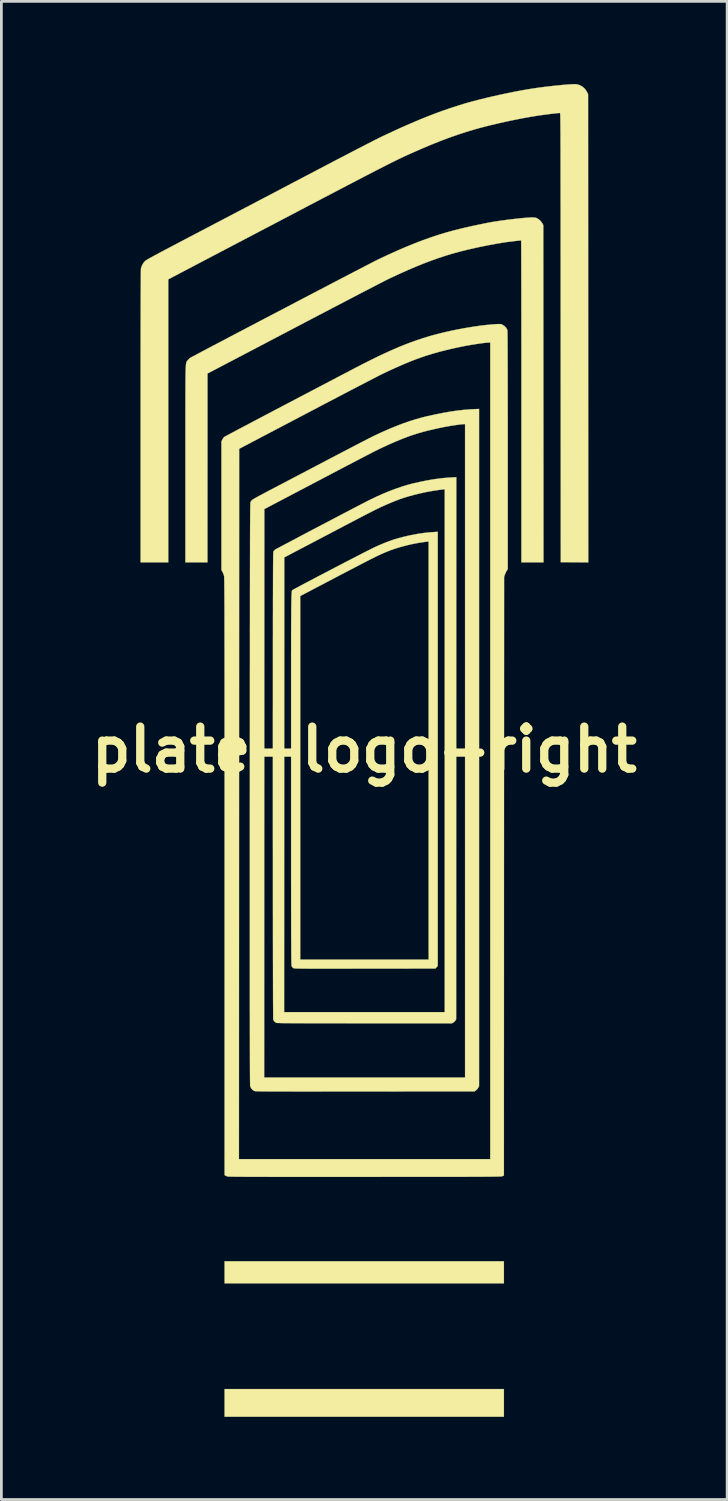
<source format=kicad_pcb>
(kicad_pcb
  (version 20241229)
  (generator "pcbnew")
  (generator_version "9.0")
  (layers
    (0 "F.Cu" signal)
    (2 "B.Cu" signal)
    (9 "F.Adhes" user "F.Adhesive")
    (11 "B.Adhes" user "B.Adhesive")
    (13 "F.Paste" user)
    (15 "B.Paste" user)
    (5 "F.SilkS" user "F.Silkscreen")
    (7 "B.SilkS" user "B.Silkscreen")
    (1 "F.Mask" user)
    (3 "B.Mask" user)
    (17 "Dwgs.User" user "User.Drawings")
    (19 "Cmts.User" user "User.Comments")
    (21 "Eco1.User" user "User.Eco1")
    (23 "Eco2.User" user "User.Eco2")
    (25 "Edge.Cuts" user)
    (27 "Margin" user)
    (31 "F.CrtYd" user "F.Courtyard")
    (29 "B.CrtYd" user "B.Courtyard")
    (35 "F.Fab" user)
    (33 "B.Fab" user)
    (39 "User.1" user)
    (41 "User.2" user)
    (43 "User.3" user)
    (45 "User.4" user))
  (footprint "plate-logo-right"
    (layer "F.Cu")
    (at 10.167 24.15)
    (property "Reference" "plate-logo-right" (at 0 0 0) (layer "F.SilkS") (effects (font (size 1.524 1.524) (thickness 0.3))))
    (attr through_hole)
    (fp_poly (pts (xy 5.067 19.367) (xy -5.067 19.367) (xy -5.067 18.567) (xy 5.067 18.567) (xy 5.067 19.367)) (stroke (width 0.01) (type solid)) (fill yes) (layer "F.SilkS"))
    (fp_poly (pts (xy 5.067 24.206) (xy -5.067 24.206) (xy -5.067 23.203) (xy 5.067 23.203) (xy 5.067 24.206)) (stroke (width 0.01) (type solid)) (fill yes) (layer "F.SilkS"))
    (fp_poly (pts (xy 2.667 7.849) (xy 2.624 7.896) (xy 2.58 7.944) (xy 0.023 7.947) (xy -0.276 7.947) (xy -0.552 7.948) (xy -0.804 7.948) (xy -1.033 7.948) (xy -1.242 7.948) (xy -1.43 7.948) (xy -1.599 7.948) (xy -1.751 7.948) (xy -1.885 7.948) (xy -2.003 7.948) (xy -2.107 7.947) (xy -2.196 7.947) (xy -2.273 7.946) (xy -2.338 7.945) (xy -2.392 7.944) (xy -2.437 7.943) (xy -2.473 7.941) (xy -2.501 7.94) (xy -2.524 7.938) (xy -2.54 7.936) (xy -2.552 7.934) (xy -2.561 7.932) (xy -2.568 7.929) (xy -2.573 7.926) (xy -2.576 7.925) (xy -2.609 7.895) (xy -2.635 7.858) (xy -2.636 7.855) (xy -2.637 7.849) (xy -2.639 7.839) (xy -2.64 7.822) (xy -2.641 7.799) (xy -2.642 7.77) (xy -2.643 7.732) (xy -2.644 7.687) (xy -2.645 7.633) (xy -2.646 7.569) (xy -2.647 7.495) (xy -2.648 7.411) (xy -2.648 7.316) (xy -2.649 7.208) (xy -2.649 7.089) (xy -2.65 6.956) (xy -2.651 6.809) (xy -2.651 6.649) (xy -2.652 6.473) (xy -2.652 6.282) (xy -2.652 6.074) (xy -2.653 5.85) (xy -2.653 5.609) (xy -2.653 5.35) (xy -2.653 5.072) (xy -2.654 4.775) (xy -2.654 4.458) (xy -2.654 4.12) (xy -2.654 3.762) (xy -2.654 3.382) (xy -2.654 2.98) (xy -2.654 2.555) (xy -2.654 2.106) (xy -2.654 1.634) (xy -2.654 1.136) (xy -2.654 1.06) (xy -2.654 0.563) (xy -2.654 0.091) (xy -2.654 -0.358) (xy -2.654 -0.782) (xy -2.654 -1.184) (xy -2.654 -1.564) (xy -2.654 -1.922) (xy -2.654 -2.26) (xy -2.654 -2.577) (xy -2.654 -2.874) (xy -2.654 -3.152) (xy -2.654 -3.412) (xy -2.653 -3.654) (xy -2.653 -3.878) (xy -2.653 -4.087) (xy -2.652 -4.279) (xy -2.652 -4.456) (xy -2.651 -4.619) (xy -2.65 -4.768) (xy -2.649 -4.903) (xy -2.649 -5.026) (xy -2.648 -5.136) (xy -2.646 -5.235) (xy -2.645 -5.324) (xy -2.644 -5.402) (xy -2.642 -5.47) (xy -2.641 -5.53) (xy -2.639 -5.572) (xy -2.324 -5.572) (xy -2.324 7.62) (xy 2.337 7.62) (xy 2.337 -7.552) (xy 2.238 -7.541) (xy 2.065 -7.518) (xy 1.875 -7.485) (xy 1.677 -7.444) (xy 1.478 -7.396) (xy 1.285 -7.343) (xy 1.104 -7.287) (xy 0.978 -7.243) (xy 0.919 -7.22) (xy 0.861 -7.198) (xy 0.804 -7.175) (xy 0.746 -7.151) (xy 0.687 -7.126) (xy 0.623 -7.097) (xy 0.555 -7.066) (xy 0.481 -7.031) (xy 0.399 -6.991) (xy 0.307 -6.945) (xy 0.205 -6.894) (xy 0.092 -6.836) (xy -0.035 -6.771) (xy -0.177 -6.697) (xy -0.335 -6.615) (xy -0.51 -6.524) (xy -0.705 -6.422) (xy -0.92 -6.309) (xy -1.033 -6.25) (xy -2.324 -5.572) (xy -2.639 -5.572) (xy -2.639 -5.582) (xy -2.637 -5.625) (xy -2.635 -5.662) (xy -2.633 -5.693) (xy -2.631 -5.718) (xy -2.628 -5.737) (xy -2.626 -5.753) (xy -2.623 -5.764) (xy -2.62 -5.772) (xy -2.617 -5.778) (xy -2.613 -5.782) (xy -2.61 -5.785) (xy -2.606 -5.787) (xy -2.602 -5.788) (xy -2.598 -5.791) (xy -2.596 -5.793) (xy -2.579 -5.803) (xy -2.542 -5.824) (xy -2.485 -5.855) (xy -2.411 -5.895) (xy -2.32 -5.944) (xy -2.215 -5.999) (xy -2.098 -6.062) (xy -1.969 -6.129) (xy -1.831 -6.202) (xy -1.685 -6.279) (xy -1.533 -6.358) (xy -1.377 -6.44) (xy -1.217 -6.523) (xy -1.056 -6.607) (xy -0.896 -6.69) (xy -0.738 -6.773) (xy -0.583 -6.853) (xy -0.434 -6.93) (xy -0.292 -7.003) (xy -0.158 -7.072) (xy -0.035 -7.136) (xy 0.077 -7.193) (xy 0.175 -7.242) (xy 0.258 -7.284) (xy 0.324 -7.317) (xy 0.371 -7.34) (xy 0.387 -7.348) (xy 0.576 -7.432) (xy 0.749 -7.504) (xy 0.911 -7.566) (xy 1.069 -7.621) (xy 1.229 -7.669) (xy 1.395 -7.714) (xy 1.574 -7.756) (xy 1.702 -7.783) (xy 1.927 -7.826) (xy 2.141 -7.858) (xy 2.355 -7.882) (xy 2.524 -7.894) (xy 2.667 -7.903) (xy 2.667 7.849)) (stroke (width 0.01) (type solid)) (fill yes) (layer "F.SilkS"))
    (fp_poly (pts (xy 3.337 -0.05) (xy 3.334 9.785) (xy 3.308 9.83) (xy 3.279 9.865) (xy 3.241 9.897) (xy 3.231 9.903) (xy 3.181 9.931) (xy 0.013 9.931) (xy -0.331 9.931) (xy -0.65 9.931) (xy -0.945 9.93) (xy -1.218 9.93) (xy -1.469 9.93) (xy -1.698 9.93) (xy -1.907 9.929) (xy -2.097 9.929) (xy -2.268 9.928) (xy -2.422 9.928) (xy -2.558 9.927) (xy -2.679 9.926) (xy -2.784 9.926) (xy -2.876 9.925) (xy -2.954 9.924) (xy -3.019 9.923) (xy -3.072 9.921) (xy -3.115 9.92) (xy -3.148 9.919) (xy -3.171 9.917) (xy -3.186 9.915) (xy -3.194 9.913) (xy -3.194 9.913) (xy -3.249 9.877) (xy -3.29 9.824) (xy -3.301 9.8) (xy -3.302 9.789) (xy -3.303 9.758) (xy -3.304 9.709) (xy -3.305 9.641) (xy -3.306 9.554) (xy -3.306 9.525) (xy -2.908 9.525) (xy 2.921 9.525) (xy 2.921 -9.448) (xy 2.854 -9.441) (xy 2.772 -9.431) (xy 2.673 -9.417) (xy 2.563 -9.4) (xy 2.45 -9.382) (xy 2.343 -9.363) (xy 2.247 -9.345) (xy 2.203 -9.336) (xy 1.992 -9.289) (xy 1.8 -9.242) (xy 1.622 -9.194) (xy 1.453 -9.142) (xy 1.285 -9.085) (xy 1.115 -9.02) (xy 0.935 -8.947) (xy 0.74 -8.862) (xy 0.705 -8.846) (xy 0.664 -8.827) (xy 0.623 -8.809) (xy 0.581 -8.789) (xy 0.537 -8.768) (xy 0.489 -8.746) (xy 0.438 -8.72) (xy 0.38 -8.692) (xy 0.316 -8.659) (xy 0.243 -8.622) (xy 0.161 -8.58) (xy 0.069 -8.533) (xy -0.035 -8.479) (xy -0.152 -8.418) (xy -0.284 -8.349) (xy -0.43 -8.273) (xy -0.594 -8.187) (xy -0.775 -8.092) (xy -0.975 -7.987) (xy -1.195 -7.871) (xy -1.403 -7.762) (xy -2.902 -6.975) (xy -2.905 1.275) (xy -2.908 9.525) (xy -3.306 9.525) (xy -3.306 9.447) (xy -3.307 9.32) (xy -3.308 9.173) (xy -3.309 9.006) (xy -3.309 8.819) (xy -3.31 8.61) (xy -3.31 8.381) (xy -3.311 8.13) (xy -3.311 7.858) (xy -3.312 7.564) (xy -3.312 7.248) (xy -3.313 6.91) (xy -3.313 6.549) (xy -3.313 6.166) (xy -3.314 5.759) (xy -3.314 5.33) (xy -3.314 4.876) (xy -3.314 4.399) (xy -3.314 3.898) (xy -3.315 3.373) (xy -3.315 2.823) (xy -3.315 2.248) (xy -3.315 1.649) (xy -3.315 1.313) (xy -3.315 0.749) (xy -3.315 0.21) (xy -3.315 -0.305) (xy -3.315 -0.796) (xy -3.315 -1.263) (xy -3.314 -1.708) (xy -3.314 -2.131) (xy -3.314 -2.532) (xy -3.314 -2.913) (xy -3.314 -3.272) (xy -3.314 -3.612) (xy -3.314 -3.932) (xy -3.313 -4.233) (xy -3.313 -4.516) (xy -3.313 -4.781) (xy -3.312 -5.028) (xy -3.312 -5.259) (xy -3.312 -5.473) (xy -3.311 -5.672) (xy -3.311 -5.856) (xy -3.31 -6.025) (xy -3.31 -6.18) (xy -3.309 -6.321) (xy -3.309 -6.45) (xy -3.308 -6.566) (xy -3.308 -6.669) (xy -3.307 -6.762) (xy -3.306 -6.844) (xy -3.305 -6.915) (xy -3.305 -6.977) (xy -3.304 -7.029) (xy -3.303 -7.072) (xy -3.302 -7.108) (xy -3.301 -7.136) (xy -3.3 -7.156) (xy -3.299 -7.171) (xy -3.298 -7.179) (xy -3.297 -7.181) (xy -3.275 -7.216) (xy -3.242 -7.25) (xy -3.237 -7.254) (xy -3.221 -7.264) (xy -3.185 -7.284) (xy -3.129 -7.314) (xy -3.055 -7.353) (xy -2.964 -7.402) (xy -2.859 -7.458) (xy -2.74 -7.521) (xy -2.609 -7.59) (xy -2.468 -7.664) (xy -2.318 -7.744) (xy -2.161 -7.827) (xy -1.998 -7.913) (xy -1.83 -8.001) (xy -1.66 -8.091) (xy -1.488 -8.181) (xy -1.316 -8.271) (xy -1.146 -8.36) (xy -0.98 -8.447) (xy -0.818 -8.532) (xy -0.662 -8.614) (xy -0.514 -8.691) (xy -0.376 -8.763) (xy -0.248 -8.83) (xy -0.132 -8.89) (xy -0.031 -8.943) (xy 0.056 -8.988) (xy 0.125 -9.023) (xy 0.176 -9.049) (xy 0.191 -9.056) (xy 0.433 -9.173) (xy 0.677 -9.282) (xy 0.92 -9.382) (xy 1.158 -9.471) (xy 1.387 -9.55) (xy 1.603 -9.615) (xy 1.791 -9.663) (xy 2.032 -9.717) (xy 2.254 -9.762) (xy 2.461 -9.799) (xy 2.657 -9.828) (xy 2.847 -9.851) (xy 3.033 -9.867) (xy 3.177 -9.876) (xy 3.34 -9.885) (xy 3.337 -0.05)) (stroke (width 0.01) (type solid)) (fill yes) (layer "F.SilkS"))
    (fp_poly (pts (xy 6.178 -19.306) (xy 6.213 -19.301) (xy 6.244 -19.291) (xy 6.263 -19.283) (xy 6.341 -19.235) (xy 6.41 -19.17) (xy 6.462 -19.095) (xy 6.496 -19.031) (xy 6.503 -6.795) (xy 5.702 -6.795) (xy 5.702 -12.636) (xy 5.702 -13.02) (xy 5.702 -13.398) (xy 5.702 -13.768) (xy 5.702 -14.13) (xy 5.702 -14.483) (xy 5.702 -14.827) (xy 5.701 -15.161) (xy 5.701 -15.483) (xy 5.701 -15.793) (xy 5.7 -16.09) (xy 5.7 -16.374) (xy 5.7 -16.643) (xy 5.699 -16.898) (xy 5.699 -17.136) (xy 5.698 -17.358) (xy 5.698 -17.562) (xy 5.697 -17.747) (xy 5.697 -17.914) (xy 5.696 -18.061) (xy 5.696 -18.187) (xy 5.695 -18.291) (xy 5.695 -18.373) (xy 5.694 -18.433) (xy 5.693 -18.468) (xy 5.693 -18.478) (xy 5.678 -18.477) (xy 5.641 -18.473) (xy 5.589 -18.468) (xy 5.523 -18.46) (xy 5.461 -18.453) (xy 5.165 -18.416) (xy 4.849 -18.366) (xy 4.513 -18.305) (xy 4.156 -18.232) (xy 3.777 -18.147) (xy 3.74 -18.138) (xy 3.477 -18.073) (xy 3.216 -18.001) (xy 2.956 -17.923) (xy 2.693 -17.837) (xy 2.425 -17.741) (xy 2.149 -17.636) (xy 1.863 -17.52) (xy 1.564 -17.392) (xy 1.25 -17.251) (xy 0.921 -17.098) (xy 0.886 -17.081) (xy 0.829 -17.053) (xy 0.752 -17.014) (xy 0.656 -16.964) (xy 0.541 -16.905) (xy 0.409 -16.837) (xy 0.26 -16.76) (xy 0.096 -16.675) (xy -0.083 -16.582) (xy -0.275 -16.482) (xy -0.479 -16.376) (xy -0.695 -16.263) (xy -0.921 -16.145) (xy -1.157 -16.022) (xy -1.401 -15.894) (xy -1.653 -15.763) (xy -1.911 -15.628) (xy -2.174 -15.49) (xy -2.442 -15.349) (xy -2.524 -15.306) (xy -5.689 -13.646) (xy -5.689 -10.22) (xy -5.69 -6.795) (xy -6.49 -6.795) (xy -6.49 -10.359) (xy -6.49 -10.72) (xy -6.49 -11.057) (xy -6.49 -11.37) (xy -6.49 -11.66) (xy -6.49 -11.928) (xy -6.49 -12.175) (xy -6.49 -12.403) (xy -6.489 -12.611) (xy -6.489 -12.8) (xy -6.488 -12.972) (xy -6.488 -13.128) (xy -6.487 -13.268) (xy -6.486 -13.393) (xy -6.485 -13.504) (xy -6.483 -13.602) (xy -6.482 -13.688) (xy -6.48 -13.763) (xy -6.478 -13.827) (xy -6.475 -13.881) (xy -6.472 -13.927) (xy -6.469 -13.966) (xy -6.465 -13.997) (xy -6.461 -14.022) (xy -6.457 -14.043) (xy -6.452 -14.059) (xy -6.447 -14.071) (xy -6.441 -14.082) (xy -6.435 -14.09) (xy -6.429 -14.098) (xy -6.422 -14.106) (xy -6.414 -14.115) (xy -6.409 -14.122) (xy -6.374 -14.163) (xy -6.335 -14.2) (xy -6.317 -14.213) (xy -6.299 -14.223) (xy -6.26 -14.245) (xy -6.2 -14.277) (xy -6.121 -14.319) (xy -6.023 -14.371) (xy -5.909 -14.432) (xy -5.778 -14.501) (xy -5.633 -14.578) (xy -5.474 -14.662) (xy -5.301 -14.753) (xy -5.117 -14.849) (xy -4.923 -14.952) (xy -4.718 -15.059) (xy -4.506 -15.171) (xy -4.285 -15.287) (xy -4.059 -15.405) (xy -3.827 -15.527) (xy -3.591 -15.651) (xy -3.352 -15.776) (xy -3.11 -15.902) (xy -2.868 -16.029) (xy -2.626 -16.156) (xy -2.385 -16.282) (xy -2.146 -16.407) (xy -1.911 -16.53) (xy -1.68 -16.651) (xy -1.454 -16.768) (xy -1.236 -16.883) (xy -1.024 -16.993) (xy -0.822 -17.099) (xy -0.629 -17.199) (xy -0.447 -17.294) (xy -0.277 -17.382) (xy -0.12 -17.464) (xy 0.023 -17.538) (xy 0.15 -17.604) (xy 0.262 -17.661) (xy 0.356 -17.71) (xy 0.431 -17.748) (xy 0.487 -17.777) (xy 0.523 -17.794) (xy 0.527 -17.796) (xy 0.878 -17.96) (xy 1.211 -18.11) (xy 1.529 -18.247) (xy 1.834 -18.371) (xy 2.129 -18.484) (xy 2.416 -18.587) (xy 2.698 -18.68) (xy 2.978 -18.765) (xy 3.258 -18.842) (xy 3.54 -18.912) (xy 3.594 -18.925) (xy 3.686 -18.946) (xy 3.769 -18.965) (xy 3.848 -18.983) (xy 3.927 -19) (xy 4.01 -19.018) (xy 4.102 -19.038) (xy 4.206 -19.059) (xy 4.327 -19.084) (xy 4.464 -19.112) (xy 4.567 -19.132) (xy 4.687 -19.152) (xy 4.822 -19.173) (xy 4.967 -19.195) (xy 5.118 -19.215) (xy 5.272 -19.235) (xy 5.425 -19.253) (xy 5.573 -19.269) (xy 5.713 -19.284) (xy 5.84 -19.295) (xy 5.95 -19.303) (xy 6.041 -19.308) (xy 6.064 -19.308) (xy 6.13 -19.308) (xy 6.178 -19.306)) (stroke (width 0.01) (type solid)) (fill yes) (layer "F.SilkS"))
    (fp_poly (pts (xy 4.166 -0.074) (xy 4.166 12.213) (xy 4.136 12.269) (xy 4.107 12.312) (xy 4.068 12.351) (xy 4.052 12.363) (xy 3.998 12.402) (xy 0.027 12.404) (xy -0.349 12.405) (xy -0.702 12.405) (xy -1.03 12.405) (xy -1.336 12.405) (xy -1.619 12.406) (xy -1.882 12.406) (xy -2.124 12.406) (xy -2.346 12.406) (xy -2.55 12.406) (xy -2.736 12.405) (xy -2.905 12.405) (xy -3.058 12.405) (xy -3.195 12.405) (xy -3.318 12.404) (xy -3.427 12.404) (xy -3.524 12.403) (xy -3.608 12.402) (xy -3.681 12.402) (xy -3.744 12.401) (xy -3.798 12.4) (xy -3.843 12.399) (xy -3.88 12.397) (xy -3.91 12.396) (xy -3.934 12.394) (xy -3.953 12.393) (xy -3.967 12.391) (xy -3.978 12.389) (xy -3.986 12.387) (xy -3.992 12.385) (xy -3.994 12.384) (xy -4.06 12.341) (xy -4.109 12.28) (xy -4.139 12.207) (xy -4.14 12.202) (xy -4.141 12.191) (xy -4.142 12.167) (xy -4.142 12.128) (xy -4.143 12.076) (xy -4.144 12.008) (xy -4.145 11.926) (xy -4.145 11.9) (xy -3.632 11.9) (xy 3.658 11.9) (xy 3.658 -11.814) (xy 3.553 -11.806) (xy 3.473 -11.797) (xy 3.373 -11.784) (xy 3.261 -11.768) (xy 3.14 -11.749) (xy 3.018 -11.728) (xy 2.899 -11.706) (xy 2.819 -11.69) (xy 2.567 -11.636) (xy 2.336 -11.582) (xy 2.119 -11.526) (xy 1.912 -11.466) (xy 1.71 -11.4) (xy 1.508 -11.327) (xy 1.299 -11.245) (xy 1.08 -11.153) (xy 0.902 -11.074) (xy 0.848 -11.05) (xy 0.797 -11.027) (xy 0.748 -11.004) (xy 0.699 -10.981) (xy 0.65 -10.958) (xy 0.598 -10.933) (xy 0.543 -10.907) (xy 0.484 -10.878) (xy 0.42 -10.846) (xy 0.349 -10.81) (xy 0.27 -10.77) (xy 0.183 -10.725) (xy 0.085 -10.675) (xy -0.024 -10.618) (xy -0.145 -10.555) (xy -0.279 -10.485) (xy -0.428 -10.407) (xy -0.593 -10.321) (xy -0.775 -10.226) (xy -0.975 -10.121) (xy -1.194 -10.006) (xy -1.433 -9.88) (xy -1.645 -9.769) (xy -3.626 -8.728) (xy -3.632 11.9) (xy -4.145 11.9) (xy -4.145 11.828) (xy -4.146 11.715) (xy -4.147 11.586) (xy -4.147 11.44) (xy -4.148 11.278) (xy -4.148 11.099) (xy -4.149 10.902) (xy -4.149 10.687) (xy -4.149 10.455) (xy -4.15 10.203) (xy -4.15 9.933) (xy -4.15 9.644) (xy -4.151 9.336) (xy -4.151 9.007) (xy -4.151 8.659) (xy -4.151 8.289) (xy -4.151 7.899) (xy -4.151 7.488) (xy -4.151 7.055) (xy -4.151 6.599) (xy -4.151 6.122) (xy -4.151 5.622) (xy -4.151 5.099) (xy -4.151 4.553) (xy -4.151 3.983) (xy -4.151 3.388) (xy -4.151 2.77) (xy -4.151 2.126) (xy -4.15 1.594) (xy -4.15 0.971) (xy -4.15 0.373) (xy -4.15 -0.201) (xy -4.149 -0.751) (xy -4.149 -1.277) (xy -4.149 -1.781) (xy -4.149 -2.262) (xy -4.149 -2.721) (xy -4.148 -3.159) (xy -4.148 -3.577) (xy -4.148 -3.974) (xy -4.148 -4.351) (xy -4.147 -4.708) (xy -4.147 -5.047) (xy -4.147 -5.368) (xy -4.147 -5.67) (xy -4.146 -5.956) (xy -4.146 -6.225) (xy -4.146 -6.477) (xy -4.145 -6.713) (xy -4.145 -6.935) (xy -4.144 -7.141) (xy -4.144 -7.334) (xy -4.144 -7.512) (xy -4.143 -7.677) (xy -4.143 -7.83) (xy -4.142 -7.97) (xy -4.142 -8.099) (xy -4.141 -8.216) (xy -4.14 -8.323) (xy -4.14 -8.419) (xy -4.139 -8.506) (xy -4.138 -8.584) (xy -4.138 -8.652) (xy -4.137 -8.713) (xy -4.136 -8.766) (xy -4.135 -8.812) (xy -4.134 -8.851) (xy -4.133 -8.884) (xy -4.132 -8.911) (xy -4.131 -8.933) (xy -4.13 -8.951) (xy -4.129 -8.964) (xy -4.128 -8.974) (xy -4.127 -8.981) (xy -4.126 -8.985) (xy -4.125 -8.985) (xy -4.102 -9.019) (xy -4.071 -9.054) (xy -4.062 -9.063) (xy -4.043 -9.076) (xy -4.003 -9.1) (xy -3.946 -9.133) (xy -3.872 -9.173) (xy -3.786 -9.221) (xy -3.688 -9.274) (xy -3.581 -9.33) (xy -3.468 -9.39) (xy -3.429 -9.411) (xy -3.342 -9.456) (xy -3.235 -9.512) (xy -3.11 -9.578) (xy -2.968 -9.652) (xy -2.812 -9.734) (xy -2.644 -9.822) (xy -2.466 -9.915) (xy -2.28 -10.013) (xy -2.088 -10.114) (xy -1.892 -10.216) (xy -1.695 -10.32) (xy -1.498 -10.423) (xy -1.332 -10.51) (xy -1.146 -10.608) (xy -0.963 -10.704) (xy -0.785 -10.797) (xy -0.613 -10.886) (xy -0.45 -10.971) (xy -0.297 -11.051) (xy -0.155 -11.125) (xy -0.025 -11.192) (xy 0.09 -11.251) (xy 0.189 -11.302) (xy 0.271 -11.343) (xy 0.333 -11.375) (xy 0.375 -11.396) (xy 0.383 -11.399) (xy 0.664 -11.529) (xy 0.929 -11.645) (xy 1.179 -11.747) (xy 1.417 -11.838) (xy 1.647 -11.918) (xy 1.872 -11.988) (xy 2.093 -12.05) (xy 2.292 -12.099) (xy 2.584 -12.163) (xy 2.856 -12.217) (xy 3.111 -12.262) (xy 3.353 -12.298) (xy 3.584 -12.325) (xy 3.809 -12.344) (xy 3.972 -12.353) (xy 4.166 -12.361) (xy 4.166 -0.074)) (stroke (width 0.01) (type solid)) (fill yes) (layer "F.SilkS"))
    (fp_poly (pts (xy 7.693 -24.144) (xy 7.706 -24.142) (xy 7.812 -24.113) (xy 7.908 -24.061) (xy 7.992 -23.991) (xy 8.059 -23.904) (xy 8.081 -23.864) (xy 8.122 -23.781) (xy 8.125 -15.287) (xy 8.128 -6.794) (xy 7.63 -6.798) (xy 7.131 -6.801) (xy 7.128 -14.951) (xy 7.128 -15.496) (xy 7.127 -16.016) (xy 7.127 -16.511) (xy 7.127 -16.983) (xy 7.127 -17.432) (xy 7.127 -17.859) (xy 7.126 -18.263) (xy 7.126 -18.646) (xy 7.126 -19.008) (xy 7.126 -19.351) (xy 7.126 -19.673) (xy 7.125 -19.977) (xy 7.125 -20.262) (xy 7.125 -20.529) (xy 7.124 -20.779) (xy 7.124 -21.012) (xy 7.124 -21.229) (xy 7.123 -21.43) (xy 7.123 -21.617) (xy 7.123 -21.789) (xy 7.122 -21.947) (xy 7.122 -22.092) (xy 7.121 -22.224) (xy 7.121 -22.345) (xy 7.12 -22.453) (xy 7.119 -22.551) (xy 7.119 -22.638) (xy 7.118 -22.716) (xy 7.117 -22.785) (xy 7.116 -22.844) (xy 7.116 -22.896) (xy 7.115 -22.94) (xy 7.114 -22.978) (xy 7.113 -23.009) (xy 7.112 -23.035) (xy 7.11 -23.055) (xy 7.109 -23.071) (xy 7.108 -23.082) (xy 7.107 -23.091) (xy 7.105 -23.096) (xy 7.104 -23.099) (xy 7.102 -23.101) (xy 7.101 -23.101) (xy 7.1 -23.101) (xy 7.065 -23.1) (xy 7.008 -23.094) (xy 6.932 -23.087) (xy 6.843 -23.076) (xy 6.742 -23.064) (xy 6.634 -23.05) (xy 6.522 -23.035) (xy 6.41 -23.02) (xy 6.301 -23.004) (xy 6.236 -22.994) (xy 6.032 -22.961) (xy 5.811 -22.921) (xy 5.576 -22.876) (xy 5.334 -22.827) (xy 5.088 -22.774) (xy 4.844 -22.719) (xy 4.607 -22.663) (xy 4.382 -22.607) (xy 4.172 -22.552) (xy 4.023 -22.51) (xy 3.705 -22.415) (xy 3.392 -22.313) (xy 3.077 -22.202) (xy 2.757 -22.082) (xy 2.428 -21.95) (xy 2.085 -21.805) (xy 1.899 -21.723) (xy 1.841 -21.698) (xy 1.787 -21.674) (xy 1.735 -21.651) (xy 1.685 -21.629) (xy 1.637 -21.607) (xy 1.589 -21.586) (xy 1.541 -21.564) (xy 1.493 -21.542) (xy 1.444 -21.52) (xy 1.394 -21.496) (xy 1.341 -21.471) (xy 1.286 -21.445) (xy 1.228 -21.417) (xy 1.166 -21.387) (xy 1.1 -21.354) (xy 1.029 -21.319) (xy 0.952 -21.281) (xy 0.87 -21.239) (xy 0.781 -21.194) (xy 0.684 -21.145) (xy 0.581 -21.092) (xy 0.469 -21.035) (xy 0.348 -20.972) (xy 0.218 -20.905) (xy 0.078 -20.833) (xy -0.073 -20.754) (xy -0.234 -20.67) (xy -0.407 -20.58) (xy -0.592 -20.484) (xy -0.79 -20.38) (xy -1.001 -20.27) (xy -1.226 -20.152) (xy -1.466 -20.027) (xy -1.72 -19.894) (xy -1.99 -19.753) (xy -2.275 -19.603) (xy -2.578 -19.444) (xy -2.898 -19.276) (xy -3.235 -19.099) (xy -3.591 -18.913) (xy -3.965 -18.716) (xy -4.359 -18.509) (xy -4.773 -18.292) (xy -5.208 -18.064) (xy -5.663 -17.825) (xy -6.141 -17.574) (xy -6.372 -17.453) (xy -7.112 -17.064) (xy -7.112 -11.929) (xy -7.112 -6.795) (xy -8.115 -6.795) (xy -8.115 -12.089) (xy -8.115 -12.591) (xy -8.115 -13.068) (xy -8.115 -13.522) (xy -8.115 -13.95) (xy -8.115 -14.355) (xy -8.114 -14.735) (xy -8.114 -15.09) (xy -8.113 -15.42) (xy -8.113 -15.726) (xy -8.112 -16.007) (xy -8.112 -16.264) (xy -8.111 -16.495) (xy -8.11 -16.702) (xy -8.109 -16.883) (xy -8.108 -17.04) (xy -8.107 -17.171) (xy -8.106 -17.278) (xy -8.105 -17.359) (xy -8.104 -17.414) (xy -8.103 -17.445) (xy -8.103 -17.45) (xy -8.069 -17.56) (xy -8.014 -17.657) (xy -7.96 -17.72) (xy -7.95 -17.729) (xy -7.938 -17.739) (xy -7.921 -17.751) (xy -7.9 -17.765) (xy -7.872 -17.782) (xy -7.838 -17.802) (xy -7.796 -17.826) (xy -7.746 -17.854) (xy -7.685 -17.887) (xy -7.615 -17.926) (xy -7.532 -17.97) (xy -7.438 -18.021) (xy -7.329 -18.079) (xy -7.207 -18.144) (xy -7.069 -18.216) (xy -6.915 -18.298) (xy -6.744 -18.388) (xy -6.555 -18.487) (xy -6.347 -18.597) (xy -6.118 -18.716) (xy -5.869 -18.847) (xy -5.689 -18.941) (xy -5.433 -19.076) (xy -5.161 -19.218) (xy -4.877 -19.367) (xy -4.584 -19.521) (xy -4.284 -19.678) (xy -3.98 -19.837) (xy -3.676 -19.997) (xy -3.372 -20.156) (xy -3.073 -20.313) (xy -2.781 -20.467) (xy -2.499 -20.615) (xy -2.23 -20.756) (xy -1.975 -20.89) (xy -1.739 -21.014) (xy -1.6 -21.087) (xy -1.382 -21.201) (xy -1.167 -21.314) (xy -0.956 -21.424) (xy -0.751 -21.53) (xy -0.554 -21.633) (xy -0.366 -21.731) (xy -0.188 -21.823) (xy -0.021 -21.909) (xy 0.132 -21.988) (xy 0.271 -22.059) (xy 0.393 -22.121) (xy 0.498 -22.174) (xy 0.584 -22.217) (xy 0.65 -22.249) (xy 0.673 -22.26) (xy 1.03 -22.427) (xy 1.367 -22.581) (xy 1.689 -22.722) (xy 1.997 -22.853) (xy 2.293 -22.973) (xy 2.58 -23.084) (xy 2.861 -23.186) (xy 3.137 -23.281) (xy 3.412 -23.37) (xy 3.688 -23.454) (xy 3.759 -23.474) (xy 3.964 -23.531) (xy 4.189 -23.589) (xy 4.429 -23.648) (xy 4.68 -23.707) (xy 4.937 -23.764) (xy 5.194 -23.819) (xy 5.447 -23.87) (xy 5.691 -23.916) (xy 5.921 -23.956) (xy 6.086 -23.983) (xy 6.226 -24.004) (xy 6.373 -24.024) (xy 6.523 -24.044) (xy 6.676 -24.062) (xy 6.827 -24.08) (xy 6.975 -24.095) (xy 7.116 -24.11) (xy 7.249 -24.122) (xy 7.371 -24.132) (xy 7.478 -24.139) (xy 7.57 -24.144) (xy 7.642 -24.145) (xy 7.693 -24.144)) (stroke (width 0.01) (type solid)) (fill yes) (layer "F.SilkS"))
    (fp_poly (pts (xy 4.953 -15.44) (xy 4.979 -15.433) (xy 5.006 -15.421) (xy 5.029 -15.409) (xy 5.095 -15.363) (xy 5.149 -15.305) (xy 5.186 -15.239) (xy 5.194 -15.217) (xy 5.195 -15.201) (xy 5.196 -15.162) (xy 5.198 -15.1) (xy 5.199 -15.015) (xy 5.2 -14.907) (xy 5.201 -14.776) (xy 5.202 -14.621) (xy 5.203 -14.442) (xy 5.203 -14.24) (xy 5.204 -14.014) (xy 5.205 -13.764) (xy 5.205 -13.489) (xy 5.206 -13.191) (xy 5.206 -12.867) (xy 5.206 -12.519) (xy 5.207 -12.147) (xy 5.207 -11.749) (xy 5.207 -11.326) (xy 5.207 -10.878) (xy 5.207 -10.86) (xy 5.207 -6.549) (xy 5.17 -6.491) (xy 5.145 -6.446) (xy 5.12 -6.391) (xy 5.103 -6.35) (xy 5.074 -6.267) (xy 5.07 4.592) (xy 5.067 15.451) (xy 5.02 15.476) (xy 5.015 15.478) (xy 5.01 15.48) (xy 5.003 15.482) (xy 4.993 15.483) (xy 4.981 15.485) (xy 4.964 15.487) (xy 4.943 15.488) (xy 4.916 15.489) (xy 4.883 15.491) (xy 4.843 15.492) (xy 4.795 15.493) (xy 4.739 15.494) (xy 4.673 15.495) (xy 4.598 15.495) (xy 4.512 15.496) (xy 4.415 15.497) (xy 4.305 15.498) (xy 4.182 15.498) (xy 4.046 15.499) (xy 3.895 15.499) (xy 3.729 15.5) (xy 3.547 15.5) (xy 3.348 15.5) (xy 3.132 15.501) (xy 2.898 15.501) (xy 2.644 15.501) (xy 2.371 15.501) (xy 2.078 15.502) (xy 1.763 15.502) (xy 1.426 15.502) (xy 1.067 15.502) (xy 0.684 15.502) (xy 0.276 15.503) (xy 0.032 15.503) (xy -0.405 15.503) (xy -0.816 15.503) (xy -1.204 15.503) (xy -1.568 15.503) (xy -1.909 15.503) (xy -2.228 15.503) (xy -2.526 15.503) (xy -2.802 15.503) (xy -3.059 15.503) (xy -3.296 15.503) (xy -3.514 15.502) (xy -3.713 15.502) (xy -3.896 15.501) (xy -4.061 15.501) (xy -4.21 15.5) (xy -4.343 15.5) (xy -4.461 15.499) (xy -4.565 15.498) (xy -4.655 15.498) (xy -4.732 15.497) (xy -4.797 15.496) (xy -4.85 15.495) (xy -4.892 15.494) (xy -4.923 15.492) (xy -4.945 15.491) (xy -4.957 15.49) (xy -4.959 15.489) (xy -4.999 15.474) (xy -5.034 15.458) (xy -5.039 15.455) (xy -5.067 15.437) (xy -5.067 14.859) (xy -4.547 14.859) (xy 4.572 14.859) (xy 4.572 -14.77) (xy 4.524 -14.77) (xy 4.471 -14.767) (xy 4.395 -14.761) (xy 4.303 -14.75) (xy 4.197 -14.736) (xy 4.081 -14.719) (xy 3.958 -14.699) (xy 3.833 -14.679) (xy 3.709 -14.657) (xy 3.59 -14.634) (xy 3.499 -14.616) (xy 3.234 -14.559) (xy 2.984 -14.501) (xy 2.748 -14.441) (xy 2.522 -14.378) (xy 2.301 -14.311) (xy 2.084 -14.239) (xy 1.865 -14.16) (xy 1.642 -14.073) (xy 1.411 -13.977) (xy 1.168 -13.87) (xy 0.911 -13.753) (xy 0.673 -13.64) (xy 0.634 -13.621) (xy 0.574 -13.591) (xy 0.494 -13.55) (xy 0.395 -13.499) (xy 0.278 -13.438) (xy 0.144 -13.369) (xy -0.004 -13.292) (xy -0.168 -13.207) (xy -0.344 -13.116) (xy -0.532 -13.018) (xy -0.73 -12.914) (xy -0.939 -12.805) (xy -1.155 -12.692) (xy -1.379 -12.575) (xy -1.609 -12.455) (xy -1.843 -12.332) (xy -2.076 -12.209) (xy -4.54 -10.915) (xy -4.543 1.972) (xy -4.547 14.859) (xy -5.067 14.859) (xy -5.067 4.603) (xy -5.067 3.969) (xy -5.067 3.36) (xy -5.067 2.775) (xy -5.067 2.214) (xy -5.067 1.676) (xy -5.067 1.161) (xy -5.067 0.669) (xy -5.068 0.198) (xy -5.068 -0.25) (xy -5.068 -0.678) (xy -5.068 -1.086) (xy -5.068 -1.474) (xy -5.068 -1.842) (xy -5.068 -2.191) (xy -5.068 -2.521) (xy -5.069 -2.834) (xy -5.069 -3.129) (xy -5.069 -3.408) (xy -5.069 -3.669) (xy -5.07 -3.915) (xy -5.07 -4.145) (xy -5.07 -4.36) (xy -5.071 -4.561) (xy -5.071 -4.748) (xy -5.071 -4.921) (xy -5.072 -5.081) (xy -5.072 -5.229) (xy -5.073 -5.364) (xy -5.073 -5.488) (xy -5.074 -5.601) (xy -5.075 -5.703) (xy -5.075 -5.796) (xy -5.076 -5.878) (xy -5.077 -5.952) (xy -5.077 -6.017) (xy -5.078 -6.074) (xy -5.079 -6.124) (xy -5.08 -6.166) (xy -5.081 -6.202) (xy -5.082 -6.231) (xy -5.082 -6.255) (xy -5.083 -6.274) (xy -5.085 -6.288) (xy -5.086 -6.299) (xy -5.087 -6.305) (xy -5.087 -6.306) (xy -5.105 -6.362) (xy -5.13 -6.422) (xy -5.144 -6.45) (xy -5.182 -6.52) (xy -5.182 -11.184) (xy -5.149 -11.25) (xy -5.123 -11.293) (xy -5.092 -11.331) (xy -5.075 -11.347) (xy -5.059 -11.357) (xy -5.021 -11.378) (xy -4.961 -11.41) (xy -4.879 -11.454) (xy -4.776 -11.509) (xy -4.651 -11.575) (xy -4.506 -11.652) (xy -4.34 -11.74) (xy -4.154 -11.838) (xy -3.948 -11.947) (xy -3.722 -12.066) (xy -3.477 -12.195) (xy -3.213 -12.334) (xy -2.929 -12.483) (xy -2.627 -12.641) (xy -2.307 -12.81) (xy -1.969 -12.987) (xy -1.613 -13.174) (xy -1.239 -13.37) (xy -0.849 -13.575) (xy -0.441 -13.788) (xy -0.375 -13.823) (xy -0.065 -13.984) (xy 0.227 -14.131) (xy 0.501 -14.266) (xy 0.762 -14.388) (xy 1.01 -14.501) (xy 1.248 -14.603) (xy 1.478 -14.696) (xy 1.702 -14.782) (xy 1.922 -14.86) (xy 2.141 -14.932) (xy 2.361 -14.999) (xy 2.406 -15.012) (xy 2.64 -15.076) (xy 2.887 -15.138) (xy 3.144 -15.195) (xy 3.405 -15.249) (xy 3.666 -15.297) (xy 3.925 -15.34) (xy 4.175 -15.377) (xy 4.414 -15.406) (xy 4.637 -15.427) (xy 4.813 -15.439) (xy 4.877 -15.442) (xy 4.921 -15.442) (xy 4.953 -15.44)) (stroke (width 0.01) (type solid)) (fill yes) (layer "F.SilkS")))
  (gr_rect
    (start -3 -3)
    (end 23.335 51.362)
    (stroke (width 0.1) (type default))
    (fill no)
    (layer "Edge.Cuts")))
</source>
